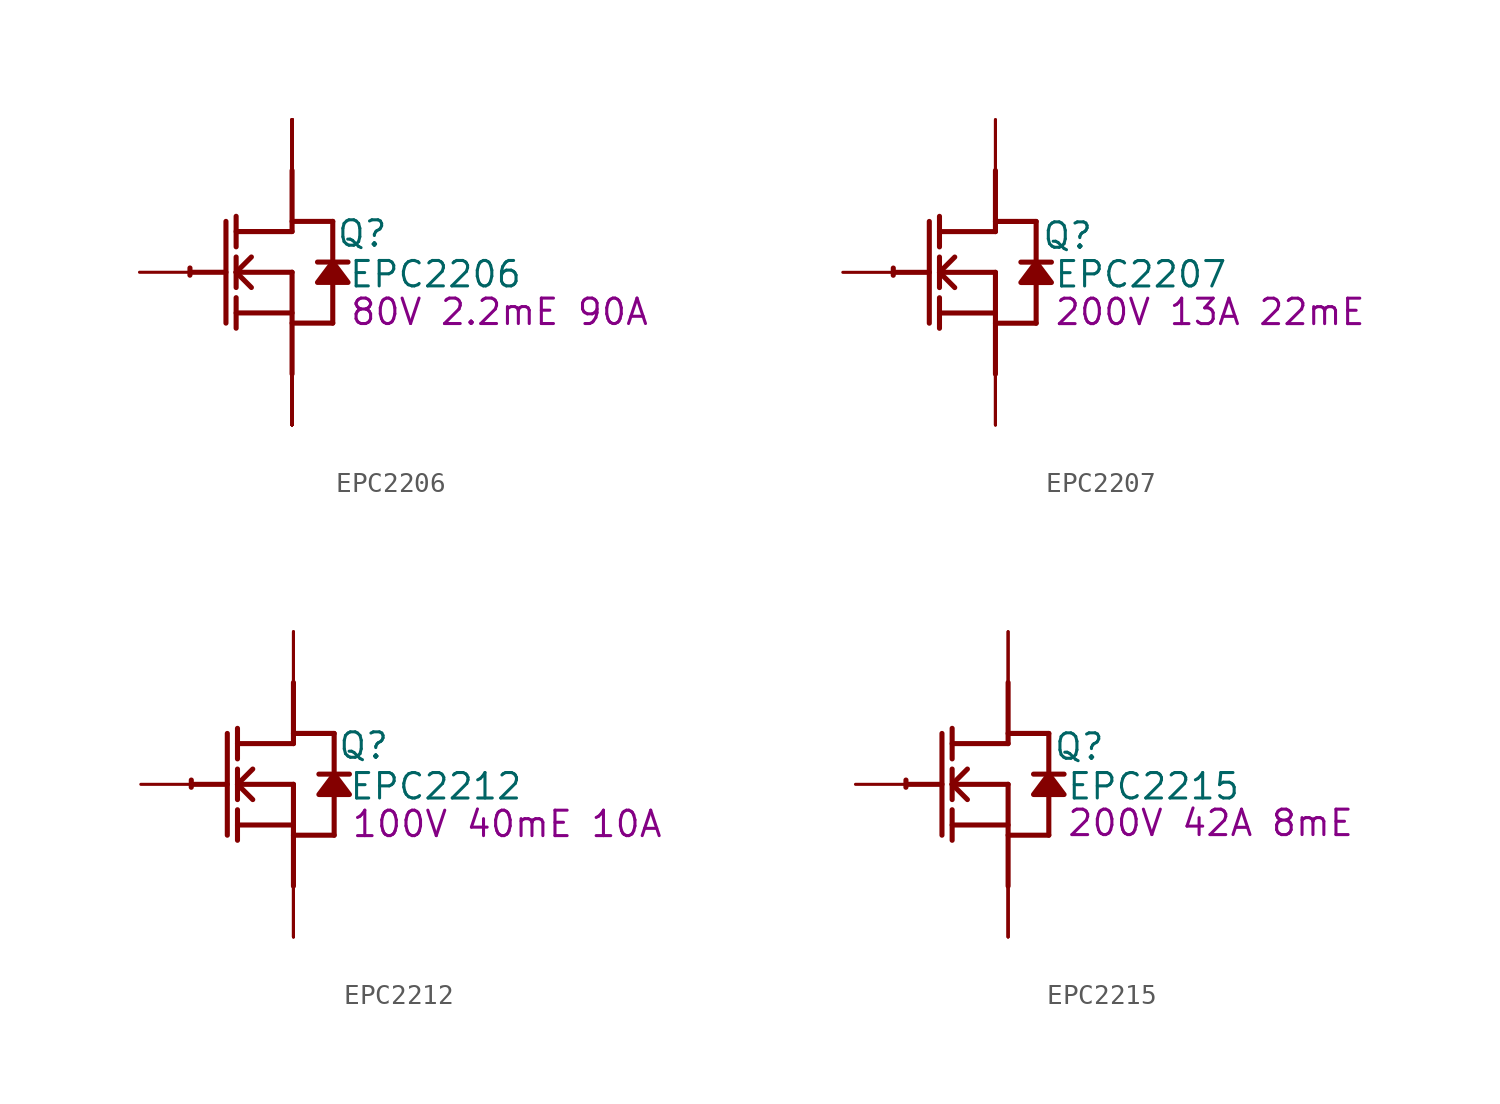
<source format=kicad_sym>
(kicad_symbol_lib
  (version 20231120)
  (generator "kicad_symbol_editor")
  (generator_version "8.0")
  (symbol "EPC2206"
    (property "Reference" "Q"
      (at 3.505 1.93 0)
      (effects (font (size 1.27 1.27))))
    (property "Value" "EPC2206"
      (at 7.163 -0.102 0)
      (effects (font (size 1.27 1.27))))
    (property "Description" "80V 2.2mE 90A"
      (at 10.363 -1.981 0)
      (effects (font (size 1.27 1.27))))
    (symbol "EPC2206_1_0"
      (arc (start -5.0996 0.2128) (mid -5.1039 0.0331) (end -5.1019 -0.1467) (stroke (width 0.254) (type solid)) (fill (type none)))
      (polyline (pts (xy -5.08 0) (xy -3.302 0)) (stroke (width 0.254) (type solid)) (fill (type none)))
      (polyline (pts (xy -3.302 2.54) (xy -3.302 -2.54)) (stroke (width 0.254) (type solid)) (fill (type none)))
      (polyline (pts (xy -2.794 -2.794) (xy -2.794 -1.27)) (stroke (width 0.254) (type solid)) (fill (type none)))
      (polyline (pts (xy -2.794 -2.032) (xy 0 -2.032)) (stroke (width 0.254) (type solid)) (fill (type none)))
      (polyline (pts (xy -2.794 -0.762) (xy -2.794 0.762)) (stroke (width 0.254) (type solid)) (fill (type none)))
      (polyline (pts (xy -2.794 0) (xy -2.032 0.762)) (stroke (width 0.254) (type solid)) (fill (type none)))
      (polyline (pts (xy -2.794 0) (xy 0 0)) (stroke (width 0.254) (type solid)) (fill (type none)))
      (polyline (pts (xy -2.794 1.27) (xy -2.794 2.794)) (stroke (width 0.254) (type solid)) (fill (type none)))
      (polyline (pts (xy -2.032 -0.762) (xy -2.794 0)) (stroke (width 0.254) (type solid)) (fill (type none)))
      (polyline (pts (xy 0 -2.54) (xy 2.032 -2.54)) (stroke (width 0.254) (type solid)) (fill (type none)))
      (polyline (pts (xy 0 0) (xy 0 -5.08)) (stroke (width 0.254) (type solid)) (fill (type none)))
      (polyline (pts (xy 0 2.032) (xy -2.794 2.032)) (stroke (width 0.254) (type solid)) (fill (type none)))
      (polyline (pts (xy 0 2.032) (xy 0 5.08)) (stroke (width 0.254) (type solid)) (fill (type none)))
      (polyline (pts (xy 0 2.54) (xy 2.032 2.54)) (stroke (width 0.254) (type solid)) (fill (type none)))
      (polyline (pts (xy 2.032 -0.508) (xy 2.032 -2.54)) (stroke (width 0.254) (type solid)) (fill (type none)))
      (polyline (pts (xy 2.032 2.54) (xy 2.032 0.508)) (stroke (width 0.254) (type solid)) (fill (type none)))
      (polyline (pts (xy 2.794 0.508) (xy 1.27 0.508)) (stroke (width 0.254) (type solid)) (fill (type none)))
      (polyline (pts (xy 2.032 0.508) (xy 1.27 -0.508) (xy 2.794 -0.508) (xy 2.032 0.508)) (stroke (width 0.254) (type solid)) (fill (type outline)))
      (pin passive line (at -7.62 0 0) (length 2.54) (name "G" (effects (font (size 0 0)))) (number "1" (effects (font (size 0 0)))))
      (pin open_emitter line (at 0 -7.62 90) (length 2.54) (name "S5" (effects (font (size 0 0)))) (number "10" (effects (font (size 0 0)))))
      (pin open_collector line (at 0 7.62 270) (length 2.54) (name "D5" (effects (font (size 0 0)))) (number "11" (effects (font (size 0 0)))))
      (pin open_collector line (at 0 7.62 270) (length 2.54) (name "D6" (effects (font (size 0 0)))) (number "12" (effects (font (size 0 0)))))
      (pin open_emitter line (at 0 -7.62 90) (length 2.54) (name "S6" (effects (font (size 0 0)))) (number "13" (effects (font (size 0 0)))))
      (pin open_emitter line (at 0 -7.62 90) (length 2.54) (name "S7" (effects (font (size 0 0)))) (number "14" (effects (font (size 0 0)))))
      (pin open_collector line (at 0 7.62 270) (length 2.54) (name "D7" (effects (font (size 0 0)))) (number "15" (effects (font (size 0 0)))))
      (pin open_collector line (at 0 7.62 270) (length 2.54) (name "D8" (effects (font (size 0 0)))) (number "16" (effects (font (size 0 0)))))
      (pin open_emitter line (at 0 -7.62 90) (length 2.54) (name "S8" (effects (font (size 0 0)))) (number "17" (effects (font (size 0 0)))))
      (pin open_emitter line (at 0 -7.62 90) (length 2.54) (name "S9" (effects (font (size 0 0)))) (number "18" (effects (font (size 0 0)))))
      (pin open_collector line (at 0 7.62 270) (length 2.54) (name "D9" (effects (font (size 0 0)))) (number "19" (effects (font (size 0 0)))))
      (pin open_emitter line (at 0 -7.62 90) (length 2.54) (name "S1" (effects (font (size 0 0)))) (number "2" (effects (font (size 0 0)))))
      (pin open_collector line (at 0 7.62 270) (length 2.54) (name "D10" (effects (font (size 0 0)))) (number "20" (effects (font (size 0 0)))))
      (pin open_emitter line (at 0 -7.62 90) (length 2.54) (name "S10" (effects (font (size 0 0)))) (number "21" (effects (font (size 0 0)))))
      (pin open_emitter line (at 0 -7.62 90) (length 2.54) (name "S11" (effects (font (size 0 0)))) (number "22" (effects (font (size 0 0)))))
      (pin open_collector line (at 0 7.62 270) (length 2.54) (name "D11" (effects (font (size 0 0)))) (number "23" (effects (font (size 0 0)))))
      (pin open_collector line (at 0 7.62 270) (length 2.54) (name "D12" (effects (font (size 0 0)))) (number "24" (effects (font (size 0 0)))))
      (pin open_emitter line (at 0 -7.62 90) (length 2.54) (name "S12" (effects (font (size 0 0)))) (number "25" (effects (font (size 0 0)))))
      (pin open_emitter line (at 0 -7.62 90) (length 2.54) (name "S13" (effects (font (size 0 0)))) (number "26" (effects (font (size 0 0)))))
      (pin open_collector line (at 0 7.62 270) (length 2.54) (name "D13" (effects (font (size 0 0)))) (number "27" (effects (font (size 0 0)))))
      (pin open_collector line (at 0 7.62 270) (length 2.54) (name "D14" (effects (font (size 0 0)))) (number "28" (effects (font (size 0 0)))))
      (pin open_emitter line (at 0 -7.62 90) (length 2.54) (name "S14" (effects (font (size 0 0)))) (number "29" (effects (font (size 0 0)))))
      (pin open_collector line (at 0 7.62 270) (length 2.54) (name "D1" (effects (font (size 0 0)))) (number "3" (effects (font (size 0 0)))))
      (pin open_emitter line (at 0 -7.62 90) (length 2.54) (name "Sub" (effects (font (size 0 0)))) (number "30" (effects (font (size 0 0)))))
      (pin open_collector line (at 0 7.62 270) (length 2.54) (name "D2" (effects (font (size 0 0)))) (number "4" (effects (font (size 0 0)))))
      (pin open_emitter line (at 0 -7.62 90) (length 2.54) (name "S2" (effects (font (size 0 0)))) (number "5" (effects (font (size 0 0)))))
      (pin open_emitter line (at 0 -7.62 90) (length 2.54) (name "S3" (effects (font (size 0 0)))) (number "6" (effects (font (size 0 0)))))
      (pin open_collector line (at 0 7.62 270) (length 2.54) (name "D3" (effects (font (size 0 0)))) (number "7" (effects (font (size 0 0)))))
      (pin open_collector line (at 0 7.62 270) (length 2.54) (name "D4" (effects (font (size 0 0)))) (number "8" (effects (font (size 0 0)))))
      (pin open_emitter line (at 0 -7.62 90) (length 2.54) (name "S4" (effects (font (size 0 0)))) (number "9" (effects (font (size 0 0)))))))
  (symbol "EPC2207"
    (property "Reference" "Q"
      (at 3.607 1.829 0)
      (effects (font (size 1.27 1.27))))
    (property "Value" "EPC2207"
      (at 7.264 -0.102 0)
      (effects (font (size 1.27 1.27))))
    (property "Description" "200V 13A 22mE"
      (at 10.719 -1.981 0)
      (effects (font (size 1.27 1.27))))
    (symbol "EPC2207_1_0"
      (arc (start -5.0996 0.2128) (mid -5.1039 0.0331) (end -5.1019 -0.1467) (stroke (width 0.254) (type solid)) (fill (type none)))
      (polyline (pts (xy -5.08 0) (xy -3.302 0)) (stroke (width 0.254) (type solid)) (fill (type none)))
      (polyline (pts (xy -3.302 2.54) (xy -3.302 -2.54)) (stroke (width 0.254) (type solid)) (fill (type none)))
      (polyline (pts (xy -2.794 -2.794) (xy -2.794 -1.27)) (stroke (width 0.254) (type solid)) (fill (type none)))
      (polyline (pts (xy -2.794 -2.032) (xy 0 -2.032)) (stroke (width 0.254) (type solid)) (fill (type none)))
      (polyline (pts (xy -2.794 -0.762) (xy -2.794 0.762)) (stroke (width 0.254) (type solid)) (fill (type none)))
      (polyline (pts (xy -2.794 0) (xy -2.032 0.762)) (stroke (width 0.254) (type solid)) (fill (type none)))
      (polyline (pts (xy -2.794 0) (xy 0 0)) (stroke (width 0.254) (type solid)) (fill (type none)))
      (polyline (pts (xy -2.794 1.27) (xy -2.794 2.794)) (stroke (width 0.254) (type solid)) (fill (type none)))
      (polyline (pts (xy -2.032 -0.762) (xy -2.794 0)) (stroke (width 0.254) (type solid)) (fill (type none)))
      (polyline (pts (xy 0 -2.54) (xy 2.032 -2.54)) (stroke (width 0.254) (type solid)) (fill (type none)))
      (polyline (pts (xy 0 0) (xy 0 -5.08)) (stroke (width 0.254) (type solid)) (fill (type none)))
      (polyline (pts (xy 0 2.032) (xy -2.794 2.032)) (stroke (width 0.254) (type solid)) (fill (type none)))
      (polyline (pts (xy 0 2.032) (xy 0 5.08)) (stroke (width 0.254) (type solid)) (fill (type none)))
      (polyline (pts (xy 0 2.54) (xy 2.032 2.54)) (stroke (width 0.254) (type solid)) (fill (type none)))
      (polyline (pts (xy 2.032 -0.508) (xy 2.032 -2.54)) (stroke (width 0.254) (type solid)) (fill (type none)))
      (polyline (pts (xy 2.032 2.54) (xy 2.032 0.508)) (stroke (width 0.254) (type solid)) (fill (type none)))
      (polyline (pts (xy 2.794 0.508) (xy 1.27 0.508)) (stroke (width 0.254) (type solid)) (fill (type none)))
      (polyline (pts (xy 2.032 0.508) (xy 1.27 -0.508) (xy 2.794 -0.508) (xy 2.032 0.508)) (stroke (width 0.254) (type solid)) (fill (type outline)))
      (pin passive line (at -7.62 0 0) (length 2.54) (name "G" (effects (font (size 0 0)))) (number "1" (effects (font (size 0 0)))))
      (pin open_emitter line (at 0 -7.62 90) (length 2.54) (name "S" (effects (font (size 0 0)))) (number "2" (effects (font (size 0 0)))))
      (pin open_collector line (at 0 7.62 270) (length 2.54) (name "D" (effects (font (size 0 0)))) (number "3" (effects (font (size 0 0)))))
      (pin open_emitter line (at 0 -7.62 90) (length 2.54) (name "S" (effects (font (size 0 0)))) (number "4" (effects (font (size 0 0)))))
      (pin open_collector line (at 0 7.62 270) (length 2.54) (name "D" (effects (font (size 0 0)))) (number "5" (effects (font (size 0 0)))))
      (pin open_emitter line (at 0 -7.62 90) (length 2.54) (name "S" (effects (font (size 0 0)))) (number "6" (effects (font (size 0 0)))))))
  (symbol "EPC2212"
    (property "Reference" "Q"
      (at 3.505 1.93 0)
      (effects (font (size 1.27 1.27))))
    (property "Value" "EPC2212"
      (at 7.112 -0.102 0)
      (effects (font (size 1.27 1.27))))
    (property "Description" "100V 40mE 10A"
      (at 10.668 -1.981 0)
      (effects (font (size 1.27 1.27))))
    (symbol "EPC2212_1_0"
      (arc (start -5.0996 0.2128) (mid -5.1039 0.0331) (end -5.1019 -0.1467) (stroke (width 0.254) (type solid)) (fill (type none)))
      (polyline (pts (xy -5.08 0) (xy -3.302 0)) (stroke (width 0.254) (type solid)) (fill (type none)))
      (polyline (pts (xy -3.302 2.54) (xy -3.302 -2.54)) (stroke (width 0.254) (type solid)) (fill (type none)))
      (polyline (pts (xy -2.794 -2.794) (xy -2.794 -1.27)) (stroke (width 0.254) (type solid)) (fill (type none)))
      (polyline (pts (xy -2.794 -2.032) (xy 0 -2.032)) (stroke (width 0.254) (type solid)) (fill (type none)))
      (polyline (pts (xy -2.794 -0.762) (xy -2.794 0.762)) (stroke (width 0.254) (type solid)) (fill (type none)))
      (polyline (pts (xy -2.794 0) (xy -2.032 0.762)) (stroke (width 0.254) (type solid)) (fill (type none)))
      (polyline (pts (xy -2.794 0) (xy 0 0)) (stroke (width 0.254) (type solid)) (fill (type none)))
      (polyline (pts (xy -2.794 1.27) (xy -2.794 2.794)) (stroke (width 0.254) (type solid)) (fill (type none)))
      (polyline (pts (xy -2.032 -0.762) (xy -2.794 0)) (stroke (width 0.254) (type solid)) (fill (type none)))
      (polyline (pts (xy 0 -2.54) (xy 2.032 -2.54)) (stroke (width 0.254) (type solid)) (fill (type none)))
      (polyline (pts (xy 0 0) (xy 0 -5.08)) (stroke (width 0.254) (type solid)) (fill (type none)))
      (polyline (pts (xy 0 2.032) (xy -2.794 2.032)) (stroke (width 0.254) (type solid)) (fill (type none)))
      (polyline (pts (xy 0 2.032) (xy 0 5.08)) (stroke (width 0.254) (type solid)) (fill (type none)))
      (polyline (pts (xy 0 2.54) (xy 2.032 2.54)) (stroke (width 0.254) (type solid)) (fill (type none)))
      (polyline (pts (xy 2.032 -0.508) (xy 2.032 -2.54)) (stroke (width 0.254) (type solid)) (fill (type none)))
      (polyline (pts (xy 2.032 2.54) (xy 2.032 0.508)) (stroke (width 0.254) (type solid)) (fill (type none)))
      (polyline (pts (xy 2.794 0.508) (xy 1.27 0.508)) (stroke (width 0.254) (type solid)) (fill (type none)))
      (polyline (pts (xy 2.032 0.508) (xy 1.27 -0.508) (xy 2.794 -0.508) (xy 2.032 0.508)) (stroke (width 0.254) (type solid)) (fill (type outline)))
      (pin passive line (at -7.62 0 0) (length 2.54) (name "G" (effects (font (size 0 0)))) (number "1" (effects (font (size 0 0)))))
      (pin open_emitter line (at 0 -7.62 90) (length 2.54) (name "Sub" (effects (font (size 0 0)))) (number "2" (effects (font (size 0 0)))))
      (pin open_collector line (at 0 7.62 270) (length 2.54) (name "D1" (effects (font (size 0 0)))) (number "3" (effects (font (size 0 0)))))
      (pin open_emitter line (at 0 -7.62 90) (length 2.54) (name "SP1" (effects (font (size 0 0)))) (number "4" (effects (font (size 0 0)))))
      (pin open_collector line (at 0 7.62 270) (length 2.54) (name "D2" (effects (font (size 0 0)))) (number "5" (effects (font (size 0 0)))))
      (pin open_emitter line (at 0 -7.62 90) (length 2.54) (name "SP2" (effects (font (size 0 0)))) (number "6" (effects (font (size 0 0)))))))
  (symbol "EPC2215"
    (property "Reference" "Q"
      (at 3.556 1.88 0)
      (effects (font (size 1.27 1.27))))
    (property "Value" "EPC2215"
      (at 7.264 -0.102 0)
      (effects (font (size 1.27 1.27))))
    (property "Description" "200V 42A 8mE"
      (at 10.109 -1.93 0)
      (effects (font (size 1.27 1.27))))
    (symbol "EPC2215_1_0"
      (arc (start -5.0996 0.2128) (mid -5.1039 0.0331) (end -5.1019 -0.1467) (stroke (width 0.254) (type solid)) (fill (type none)))
      (polyline (pts (xy -5.08 0) (xy -3.302 0)) (stroke (width 0.254) (type solid)) (fill (type none)))
      (polyline (pts (xy -3.302 2.54) (xy -3.302 -2.54)) (stroke (width 0.254) (type solid)) (fill (type none)))
      (polyline (pts (xy -2.794 -2.794) (xy -2.794 -1.27)) (stroke (width 0.254) (type solid)) (fill (type none)))
      (polyline (pts (xy -2.794 -2.032) (xy 0 -2.032)) (stroke (width 0.254) (type solid)) (fill (type none)))
      (polyline (pts (xy -2.794 -0.762) (xy -2.794 0.762)) (stroke (width 0.254) (type solid)) (fill (type none)))
      (polyline (pts (xy -2.794 0) (xy -2.032 0.762)) (stroke (width 0.254) (type solid)) (fill (type none)))
      (polyline (pts (xy -2.794 0) (xy 0 0)) (stroke (width 0.254) (type solid)) (fill (type none)))
      (polyline (pts (xy -2.794 1.27) (xy -2.794 2.794)) (stroke (width 0.254) (type solid)) (fill (type none)))
      (polyline (pts (xy -2.032 -0.762) (xy -2.794 0)) (stroke (width 0.254) (type solid)) (fill (type none)))
      (polyline (pts (xy 0 -2.54) (xy 2.032 -2.54)) (stroke (width 0.254) (type solid)) (fill (type none)))
      (polyline (pts (xy 0 0) (xy 0 -5.08)) (stroke (width 0.254) (type solid)) (fill (type none)))
      (polyline (pts (xy 0 2.032) (xy -2.794 2.032)) (stroke (width 0.254) (type solid)) (fill (type none)))
      (polyline (pts (xy 0 2.032) (xy 0 5.08)) (stroke (width 0.254) (type solid)) (fill (type none)))
      (polyline (pts (xy 0 2.54) (xy 2.032 2.54)) (stroke (width 0.254) (type solid)) (fill (type none)))
      (polyline (pts (xy 2.032 -0.508) (xy 2.032 -2.54)) (stroke (width 0.254) (type solid)) (fill (type none)))
      (polyline (pts (xy 2.032 2.54) (xy 2.032 0.508)) (stroke (width 0.254) (type solid)) (fill (type none)))
      (polyline (pts (xy 2.794 0.508) (xy 1.27 0.508)) (stroke (width 0.254) (type solid)) (fill (type none)))
      (polyline (pts (xy 2.032 0.508) (xy 1.27 -0.508) (xy 2.794 -0.508) (xy 2.032 0.508)) (stroke (width 0.254) (type solid)) (fill (type outline)))
      (pin passive line (at -7.62 0 0) (length 2.54) (name "G" (effects (font (size 0 0)))) (number "1" (effects (font (size 0 0)))))
      (pin passive line (at 0 -7.62 90) (length 2.54) (name "S" (effects (font (size 0 0)))) (number "2" (effects (font (size 0 0)))))
      (pin passive line (at 0 7.62 270) (length 2.54) (name "D" (effects (font (size 0 0)))) (number "3" (effects (font (size 0 0)))))
      (pin passive line (at 0 -7.62 90) (length 2.54) (name "S" (effects (font (size 0 0)))) (number "4" (effects (font (size 0 0)))))
      (pin passive line (at 0 7.62 270) (length 2.54) (name "D" (effects (font (size 0 0)))) (number "5" (effects (font (size 0 0)))))
      (pin passive line (at 0 -7.62 90) (length 2.54) (name "S" (effects (font (size 0 0)))) (number "6" (effects (font (size 0 0))))))))
</source>
